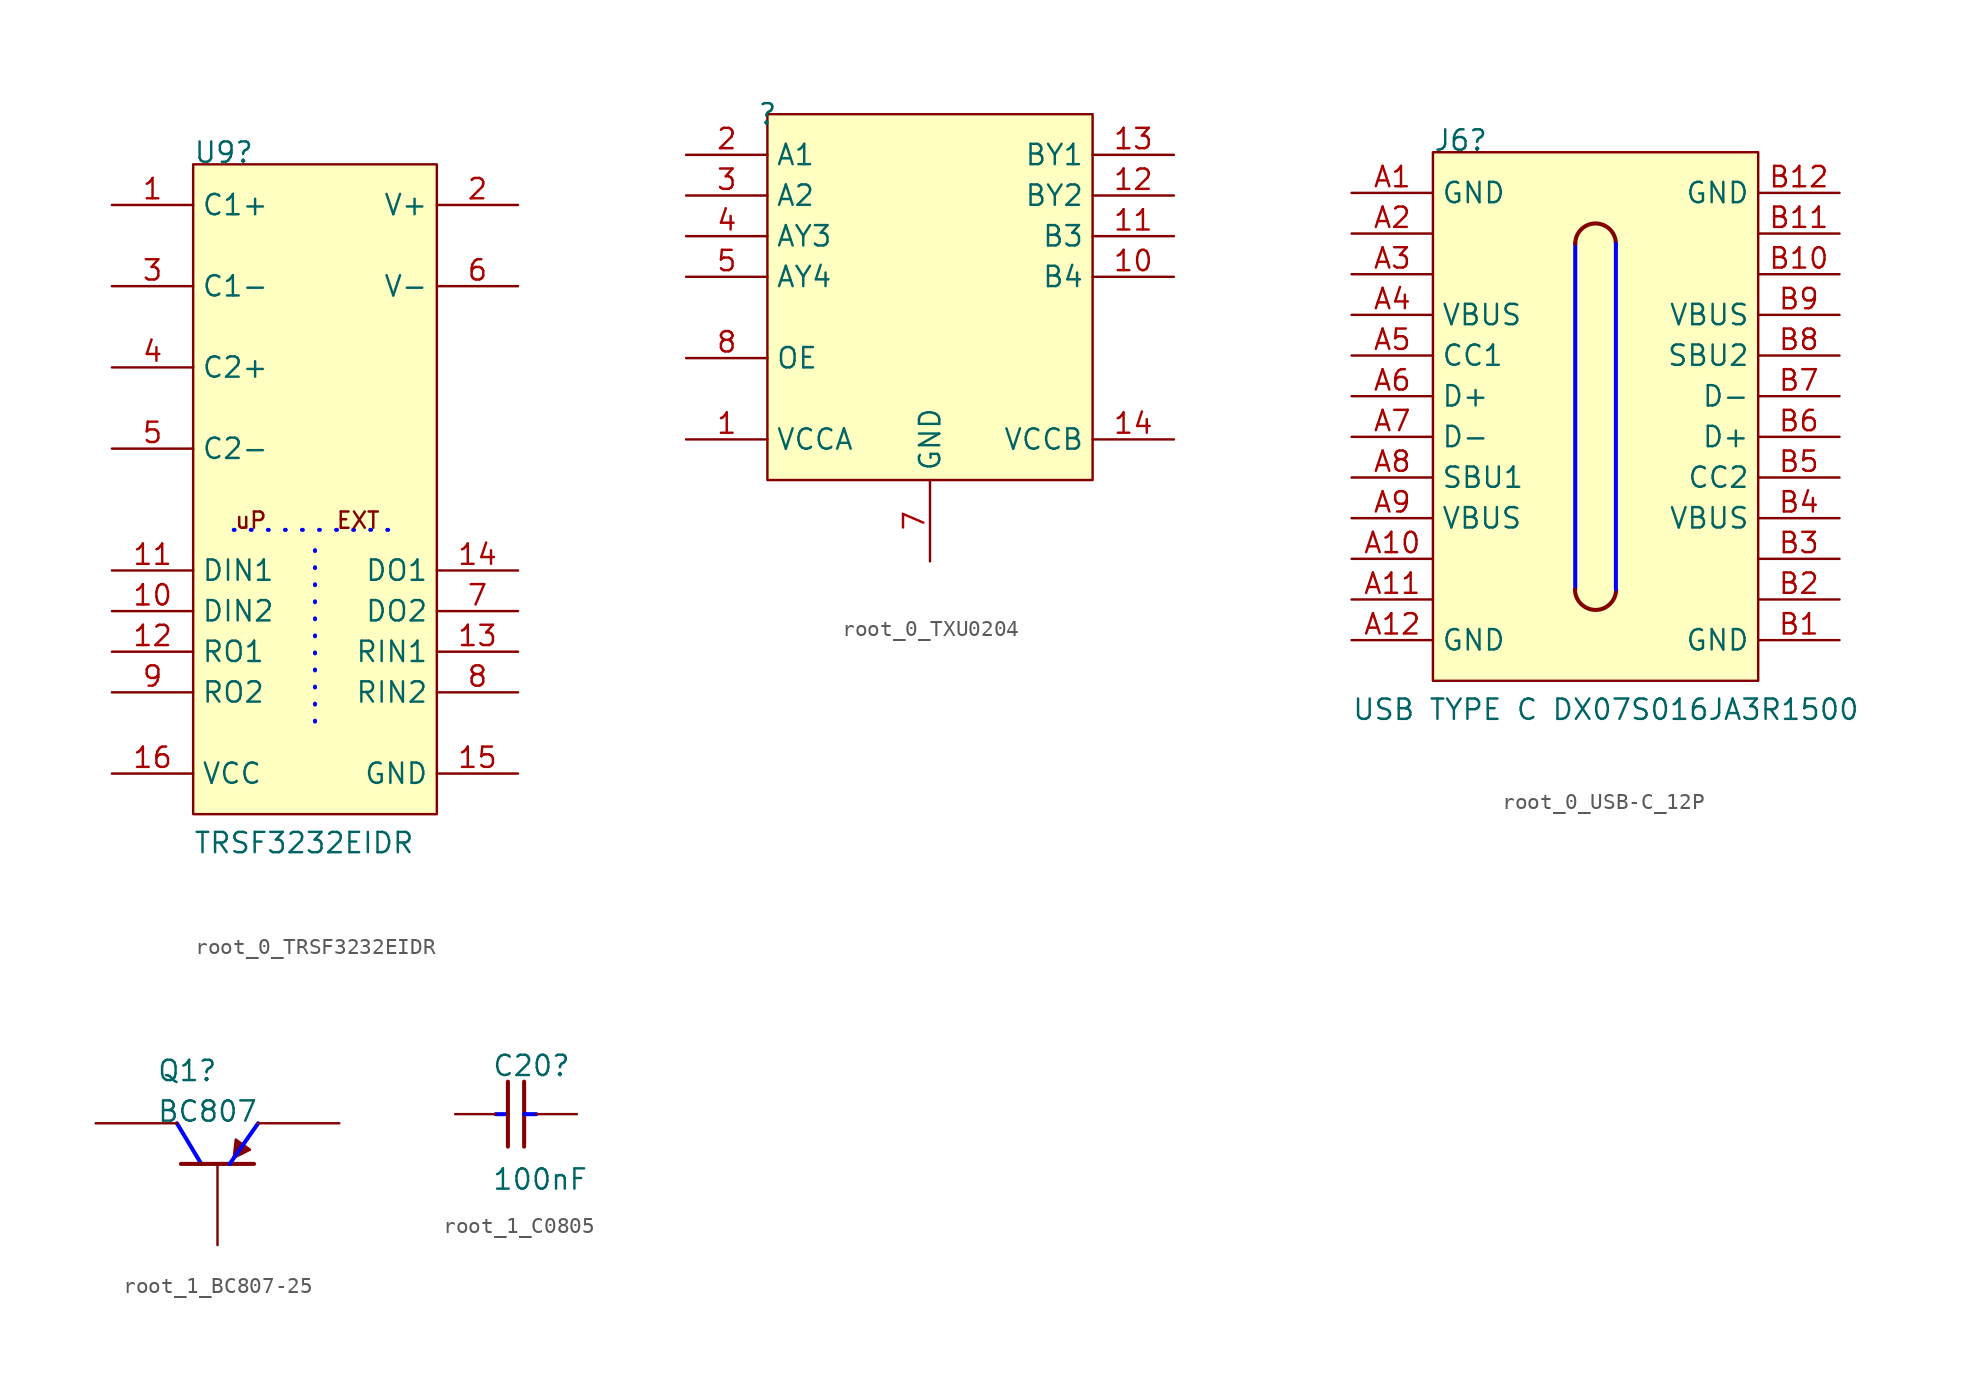
<source format=kicad_sym>
(kicad_symbol_lib
  (version 20220914)
  (generator kicad_symbol_editor)
  (symbol "root_0_TRSF3232EIDR"
    (property "Reference" "U9"
      (at 0 0 0)
      (effects (font (size 1.27 1.27)) (justify left bottom)))
    (property "Value" "TRSF3232EIDR"
      (at 0 -43.18 0)
      (effects (font (size 1.27 1.27)) (justify left bottom)))
    (symbol "root_0_TRSF3232EIDR_1_0"
      (polyline (pts (xy 2.54 -22.86) (xy 12.7 -22.86)) (stroke (width 0.254) (type dot) (color 0 0 255 1)) (fill (type none)))
      (polyline (pts (xy 7.62 -24.13) (xy 7.62 -35.56)) (stroke (width 0.254) (type dot) (color 0 0 255 1)) (fill (type none)))
      (rectangle (start 15.24 0) (end 0 -40.64) (stroke (width 0) (type solid)) (fill (type background)))
      (text "EXT" (at 8.89 -22.86 0) (effects (font (size 1.016 1.016)) (justify left bottom)))
      (text "uP" (at 2.54 -22.86 0) (effects (font (size 1.016 1.016)) (justify left bottom)))
      (pin passive line (at -5.08 -2.54 0) (length 5.08) (name "C1+" (effects (font (size 1.27 1.27)))) (number "1" (effects (font (size 1.27 1.27)))))
      (pin input line (at -5.08 -27.94 0) (length 5.08) (name "DIN2" (effects (font (size 1.27 1.27)))) (number "10" (effects (font (size 1.27 1.27)))))
      (pin input line (at -5.08 -25.4 0) (length 5.08) (name "DIN1" (effects (font (size 1.27 1.27)))) (number "11" (effects (font (size 1.27 1.27)))))
      (pin output line (at -5.08 -30.48 0) (length 5.08) (name "RO1" (effects (font (size 1.27 1.27)))) (number "12" (effects (font (size 1.27 1.27)))))
      (pin input line (at 20.32 -30.48 180) (length 5.08) (name "RIN1" (effects (font (size 1.27 1.27)))) (number "13" (effects (font (size 1.27 1.27)))))
      (pin output line (at 20.32 -25.4 180) (length 5.08) (name "DO1" (effects (font (size 1.27 1.27)))) (number "14" (effects (font (size 1.27 1.27)))))
      (pin power_in line (at 20.32 -38.1 180) (length 5.08) (name "GND" (effects (font (size 1.27 1.27)))) (number "15" (effects (font (size 1.27 1.27)))))
      (pin power_in line (at -5.08 -38.1 0) (length 5.08) (name "VCC" (effects (font (size 1.27 1.27)))) (number "16" (effects (font (size 1.27 1.27)))))
      (pin passive line (at 20.32 -2.54 180) (length 5.08) (name "V+" (effects (font (size 1.27 1.27)))) (number "2" (effects (font (size 1.27 1.27)))))
      (pin passive line (at -5.08 -7.62 0) (length 5.08) (name "C1-" (effects (font (size 1.27 1.27)))) (number "3" (effects (font (size 1.27 1.27)))))
      (pin passive line (at -5.08 -12.7 0) (length 5.08) (name "C2+" (effects (font (size 1.27 1.27)))) (number "4" (effects (font (size 1.27 1.27)))))
      (pin passive line (at -5.08 -17.78 0) (length 5.08) (name "C2-" (effects (font (size 1.27 1.27)))) (number "5" (effects (font (size 1.27 1.27)))))
      (pin passive line (at 20.32 -7.62 180) (length 5.08) (name "V-" (effects (font (size 1.27 1.27)))) (number "6" (effects (font (size 1.27 1.27)))))
      (pin output line (at 20.32 -27.94 180) (length 5.08) (name "DO2" (effects (font (size 1.27 1.27)))) (number "7" (effects (font (size 1.27 1.27)))))
      (pin input line (at 20.32 -33.02 180) (length 5.08) (name "RIN2" (effects (font (size 1.27 1.27)))) (number "8" (effects (font (size 1.27 1.27)))))
      (pin output line (at -5.08 -33.02 0) (length 5.08) (name "RO2" (effects (font (size 1.27 1.27)))) (number "9" (effects (font (size 1.27 1.27)))))))
  (symbol "root_0_TXU0204"
    (property "Reference" ""
      (at 0 0 0)
      (effects (font (size 1.27 1.27))))
    (property "Value" ""
      (at 0 0 0)
      (effects (font (size 1.27 1.27))))
    (symbol "root_0_TXU0204_1_0"
      (rectangle (start 20.32 0) (end 0 -22.86) (stroke (width 0) (type solid)) (fill (type background)))
      (pin power_in line (at -5.08 -20.32 0) (length 5.08) (name "VCCA" (effects (font (size 1.27 1.27)))) (number "1" (effects (font (size 1.27 1.27)))))
      (pin input line (at 25.4 -10.16 180) (length 5.08) (name "B4" (effects (font (size 1.27 1.27)))) (number "10" (effects (font (size 1.27 1.27)))))
      (pin input line (at 25.4 -7.62 180) (length 5.08) (name "B3" (effects (font (size 1.27 1.27)))) (number "11" (effects (font (size 1.27 1.27)))))
      (pin output line (at 25.4 -5.08 180) (length 5.08) (name "BY2" (effects (font (size 1.27 1.27)))) (number "12" (effects (font (size 1.27 1.27)))))
      (pin output line (at 25.4 -2.54 180) (length 5.08) (name "BY1" (effects (font (size 1.27 1.27)))) (number "13" (effects (font (size 1.27 1.27)))))
      (pin power_in line (at 25.4 -20.32 180) (length 5.08) (name "VCCB" (effects (font (size 1.27 1.27)))) (number "14" (effects (font (size 1.27 1.27)))))
      (pin input line (at -5.08 -2.54 0) (length 5.08) (name "A1" (effects (font (size 1.27 1.27)))) (number "2" (effects (font (size 1.27 1.27)))))
      (pin input line (at -5.08 -5.08 0) (length 5.08) (name "A2" (effects (font (size 1.27 1.27)))) (number "3" (effects (font (size 1.27 1.27)))))
      (pin output line (at -5.08 -7.62 0) (length 5.08) (name "AY3" (effects (font (size 1.27 1.27)))) (number "4" (effects (font (size 1.27 1.27)))))
      (pin output line (at -5.08 -10.16 0) (length 5.08) (name "AY4" (effects (font (size 1.27 1.27)))) (number "5" (effects (font (size 1.27 1.27)))))
      (pin power_in line (at 10.16 -27.94 90) (length 5.08) (name "GND" (effects (font (size 1.27 1.27)))) (number "7" (effects (font (size 1.27 1.27)))))
      (pin input line (at -5.08 -15.24 0) (length 5.08) (name "OE" (effects (font (size 1.27 1.27)))) (number "8" (effects (font (size 1.27 1.27)))))))
  (symbol "root_0_USB-C_12P"
    (property "Reference" "J6"
      (at 0 0 0)
      (effects (font (size 1.27 1.27)) (justify left bottom)))
    (property "Value" "USB TYPE C DX07S016JA3R1500"
      (at -5.08 -35.56 0)
      (effects (font (size 1.27 1.27)) (justify left bottom)))
    (symbol "root_0_USB-C_12P_1_0"
      (polyline (pts (xy 8.89 -27.305) (xy 8.89 -5.715)) (stroke (width 0.254) (type solid) (color 0 0 255 1)) (fill (type none)))
      (polyline (pts (xy 11.43 -5.715) (xy 11.43 -27.305)) (stroke (width 0.254) (type solid) (color 0 0 255 1)) (fill (type none)))
      (arc (start 8.874 -27.3126) (mid 10.1474 -28.591) (end 11.4456 -27.3378) (stroke (width 0.254) (type solid)) (fill (type none)))
      (arc (start 11.4285 -5.6785) (mid 10.1517 -4.446) (end 8.8912 -5.6951) (stroke (width 0.254) (type solid)) (fill (type none)))
      (rectangle (start 20.32 0) (end 0 -33.02) (stroke (width 0) (type solid)) (fill (type background)))
      (pin passive line (at -5.08 -2.54 0) (length 5.08) (name "GND" (effects (font (size 1.27 1.27)))) (number "A1" (effects (font (size 1.27 1.27)))))
      (pin passive line (at -5.08 -25.4 0) (length 5.08) (name "A10" (effects (font (size 0 0)))) (number "A10" (effects (font (size 1.27 1.27)))))
      (pin passive line (at -5.08 -27.94 0) (length 5.08) (name "A11" (effects (font (size 0 0)))) (number "A11" (effects (font (size 1.27 1.27)))))
      (pin passive line (at -5.08 -30.48 0) (length 5.08) (name "GND" (effects (font (size 1.27 1.27)))) (number "A12" (effects (font (size 1.27 1.27)))))
      (pin passive line (at -5.08 -5.08 0) (length 5.08) (name "A2" (effects (font (size 0 0)))) (number "A2" (effects (font (size 1.27 1.27)))))
      (pin passive line (at -5.08 -7.62 0) (length 5.08) (name "A3" (effects (font (size 0 0)))) (number "A3" (effects (font (size 1.27 1.27)))))
      (pin passive line (at -5.08 -10.16 0) (length 5.08) (name "VBUS" (effects (font (size 1.27 1.27)))) (number "A4" (effects (font (size 1.27 1.27)))))
      (pin passive line (at -5.08 -12.7 0) (length 5.08) (name "CC1" (effects (font (size 1.27 1.27)))) (number "A5" (effects (font (size 1.27 1.27)))))
      (pin passive line (at -5.08 -15.24 0) (length 5.08) (name "D+" (effects (font (size 1.27 1.27)))) (number "A6" (effects (font (size 1.27 1.27)))))
      (pin passive line (at -5.08 -17.78 0) (length 5.08) (name "D-" (effects (font (size 1.27 1.27)))) (number "A7" (effects (font (size 1.27 1.27)))))
      (pin passive line (at -5.08 -20.32 0) (length 5.08) (name "SBU1" (effects (font (size 1.27 1.27)))) (number "A8" (effects (font (size 1.27 1.27)))))
      (pin passive line (at -5.08 -22.86 0) (length 5.08) (name "VBUS" (effects (font (size 1.27 1.27)))) (number "A9" (effects (font (size 1.27 1.27)))))
      (pin passive line (at 25.4 -30.48 180) (length 5.08) (name "GND" (effects (font (size 1.27 1.27)))) (number "B1" (effects (font (size 1.27 1.27)))))
      (pin passive line (at 25.4 -7.62 180) (length 5.08) (name "B10" (effects (font (size 0 0)))) (number "B10" (effects (font (size 1.27 1.27)))))
      (pin passive line (at 25.4 -5.08 180) (length 5.08) (name "B11" (effects (font (size 0 0)))) (number "B11" (effects (font (size 1.27 1.27)))))
      (pin passive line (at 25.4 -2.54 180) (length 5.08) (name "GND" (effects (font (size 1.27 1.27)))) (number "B12" (effects (font (size 1.27 1.27)))))
      (pin passive line (at 25.4 -27.94 180) (length 5.08) (name "B2" (effects (font (size 0 0)))) (number "B2" (effects (font (size 1.27 1.27)))))
      (pin passive line (at 25.4 -25.4 180) (length 5.08) (name "B3" (effects (font (size 0 0)))) (number "B3" (effects (font (size 1.27 1.27)))))
      (pin passive line (at 25.4 -22.86 180) (length 5.08) (name "VBUS" (effects (font (size 1.27 1.27)))) (number "B4" (effects (font (size 1.27 1.27)))))
      (pin passive line (at 25.4 -20.32 180) (length 5.08) (name "CC2" (effects (font (size 1.27 1.27)))) (number "B5" (effects (font (size 1.27 1.27)))))
      (pin passive line (at 25.4 -17.78 180) (length 5.08) (name "D+" (effects (font (size 1.27 1.27)))) (number "B6" (effects (font (size 1.27 1.27)))))
      (pin passive line (at 25.4 -15.24 180) (length 5.08) (name "D-" (effects (font (size 1.27 1.27)))) (number "B7" (effects (font (size 1.27 1.27)))))
      (pin passive line (at 25.4 -12.7 180) (length 5.08) (name "SBU2" (effects (font (size 1.27 1.27)))) (number "B8" (effects (font (size 1.27 1.27)))))
      (pin passive line (at 25.4 -10.16 180) (length 5.08) (name "VBUS" (effects (font (size 1.27 1.27)))) (number "B9" (effects (font (size 1.27 1.27)))))))
  (symbol "root_1_BC807-25"
    (property "Reference" "Q1"
      (at -1.27 5.08 0)
      (effects (font (size 1.27 1.27)) (justify left bottom)))
    (property "Value" "BC807"
      (at -1.27 2.54 0)
      (effects (font (size 1.27 1.27)) (justify left bottom)))
    (symbol "root_1_BC807-25_1_0"
      (polyline (pts (xy 0 2.54) (xy 1.524 0)) (stroke (width 0.254) (type solid) (color 0 0 255 1)) (fill (type none)))
      (polyline (pts (xy 4.826 0) (xy 0.254 0)) (stroke (width 0.254) (type solid)) (fill (type none)))
      (polyline (pts (xy 5.08 2.54) (xy 3.302 0)) (stroke (width 0.254) (type solid) (color 0 0 255 1)) (fill (type none)))
      (polyline (pts (xy 3.556 0.381) (xy 4.572 0.889) (xy 3.683 1.524) (xy 3.556 0.381) (xy 3.556 0.381)) (stroke (width 0) (type solid)) (fill (type outline)))
      (pin passive line (at 2.54 -5.08 90) (length 5.08) (name "B" (effects (font (size 0 0)))) (number "1" (effects (font (size 0 0)))))
      (pin passive line (at 10.16 2.54 180) (length 5.08) (name "E" (effects (font (size 0 0)))) (number "2" (effects (font (size 0 0)))))
      (pin passive line (at -5.08 2.54 0) (length 5.08) (name "C" (effects (font (size 0 0)))) (number "3" (effects (font (size 0 0)))))))
  (symbol "root_1_C0805"
    (property "Reference" "C20"
      (at -0.254 2.286 0)
      (effects (font (size 1.27 1.27)) (justify left bottom)))
    (property "Value" "100nF"
      (at -0.254 -4.826 0)
      (effects (font (size 1.27 1.27)) (justify left bottom)))
    (symbol "root_1_C0805_1_0"
      (polyline (pts (xy 0 0) (xy 0.762 0)) (stroke (width 0.254) (type solid) (color 0 0 255 1)) (fill (type none)))
      (polyline (pts (xy 0.762 -2.032) (xy 0.762 2.032)) (stroke (width 0.254) (type solid)) (fill (type none)))
      (polyline (pts (xy 1.778 2.032) (xy 1.778 -2.032)) (stroke (width 0.254) (type solid)) (fill (type none)))
      (polyline (pts (xy 2.54 0) (xy 1.778 0)) (stroke (width 0.254) (type solid) (color 0 0 255 1)) (fill (type none)))
      (pin passive line (at -2.54 0 0) (length 2.54) (name "1" (effects (font (size 0 0)))) (number "1" (effects (font (size 0 0)))))
      (pin passive line (at 5.08 0 180) (length 2.54) (name "2" (effects (font (size 0 0)))) (number "2" (effects (font (size 0 0))))))))
</source>
